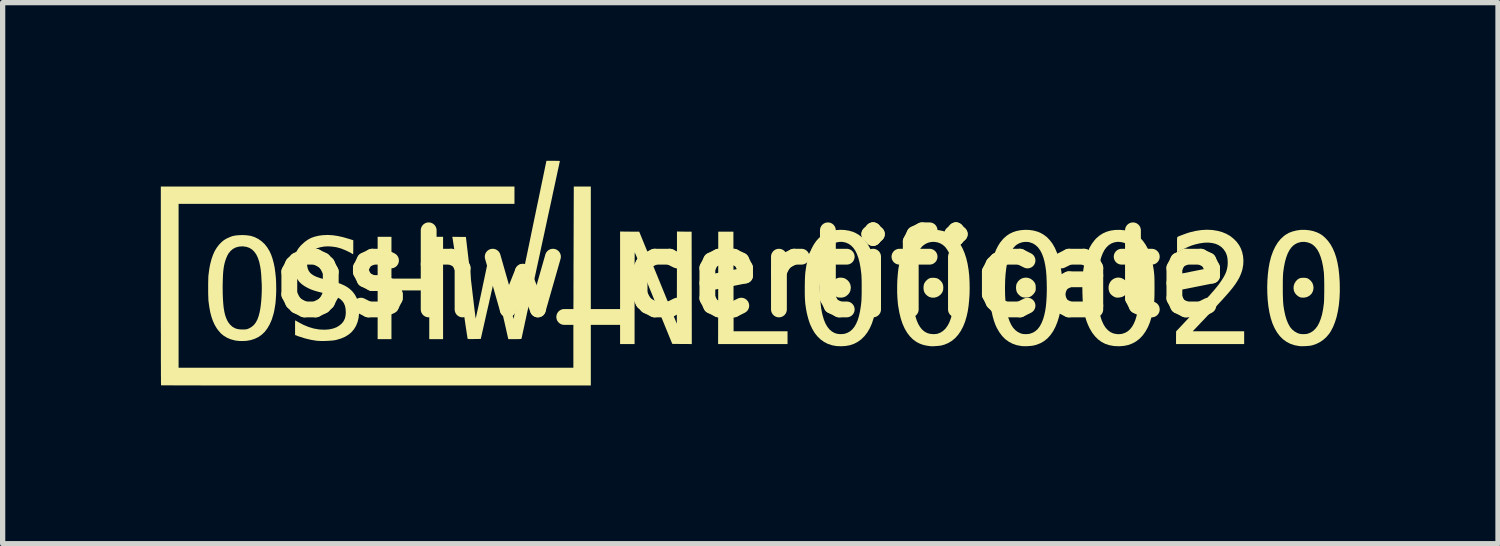
<source format=kicad_pcb>
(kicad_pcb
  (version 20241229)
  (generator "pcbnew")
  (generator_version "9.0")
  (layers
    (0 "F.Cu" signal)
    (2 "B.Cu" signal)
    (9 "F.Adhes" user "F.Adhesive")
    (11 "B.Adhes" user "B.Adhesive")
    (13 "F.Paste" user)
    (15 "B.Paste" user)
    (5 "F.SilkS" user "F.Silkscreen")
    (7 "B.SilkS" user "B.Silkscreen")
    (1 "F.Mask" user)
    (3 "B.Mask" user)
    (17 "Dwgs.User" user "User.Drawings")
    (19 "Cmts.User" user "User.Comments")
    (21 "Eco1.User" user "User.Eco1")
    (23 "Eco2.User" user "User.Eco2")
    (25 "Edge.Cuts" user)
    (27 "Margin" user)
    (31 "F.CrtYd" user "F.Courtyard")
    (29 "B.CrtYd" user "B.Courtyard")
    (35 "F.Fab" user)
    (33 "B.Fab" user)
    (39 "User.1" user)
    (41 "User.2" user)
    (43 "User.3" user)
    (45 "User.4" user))
  (footprint "oshw_certificate"
    (layer "F.Cu")
    (at 11.187 2.14)
    (property "Reference" "oshw_certificate" (at 0 0 0) (layer "F.SilkS") (effects (font (size 1.5 1.5) (thickness 0.3))))
    (attr board_only exclude_from_pos_files exclude_from_bom)
    (fp_poly (pts (xy -0.326 0.148) (xy -0.324 1.092) (xy 0.187 1.092) (xy 0.699 1.092) (xy 0.699 1.214) (xy 0.699 1.335) (xy 0.041 1.335) (xy -0.618 1.335) (xy -0.616 0.27) (xy -0.615 -0.796) (xy -0.471 -0.796) (xy -0.328 -0.796)) (stroke (width 0) (type solid)) (fill yes) (layer "F.SilkS"))
    (fp_poly (pts (xy -6.813 -0.303) (xy -6.813 0.094) (xy -6.455 0.094) (xy -6.096 0.094) (xy -6.096 -0.303) (xy -6.096 -0.699) (xy -5.965 -0.699) (xy -5.834 -0.699) (xy -5.834 0.271) (xy -5.834 1.242) (xy -5.965 1.242) (xy -6.096 1.242) (xy -6.096 0.78) (xy -6.096 0.318) (xy -6.455 0.318) (xy -6.813 0.318) (xy -6.813 0.78) (xy -6.813 1.242) (xy -6.944 1.242) (xy -7.075 1.242) (xy -7.075 0.271) (xy -7.075 -0.699) (xy -6.944 -0.699) (xy -6.813 -0.699)) (stroke (width 0) (type solid)) (fill yes) (layer "F.SilkS"))
    (fp_poly (pts (xy 7.026 0.082) (xy 7.067 0.1) (xy 7.102 0.125) (xy 7.133 0.16) (xy 7.153 0.201) (xy 7.163 0.247) (xy 7.161 0.297) (xy 7.161 0.299) (xy 7.154 0.331) (xy 7.141 0.359) (xy 7.121 0.386) (xy 7.114 0.394) (xy 7.081 0.423) (xy 7.043 0.442) (xy 6.998 0.452) (xy 6.979 0.454) (xy 6.951 0.454) (xy 6.931 0.453) (xy 6.914 0.448) (xy 6.897 0.441) (xy 6.855 0.415) (xy 6.823 0.384) (xy 6.801 0.346) (xy 6.789 0.303) (xy 6.787 0.253) (xy 6.795 0.208) (xy 6.812 0.169) (xy 6.836 0.135) (xy 6.867 0.108) (xy 6.903 0.088) (xy 6.942 0.076) (xy 6.984 0.074)) (stroke (width 0) (type solid)) (fill yes) (layer "F.SilkS"))
    (fp_poly (pts (xy 10.523 0.08) (xy 10.553 0.086) (xy 10.579 0.099) (xy 10.605 0.119) (xy 10.619 0.132) (xy 10.648 0.168) (xy 10.665 0.208) (xy 10.674 0.255) (xy 10.674 0.256) (xy 10.671 0.302) (xy 10.658 0.345) (xy 10.635 0.383) (xy 10.603 0.414) (xy 10.565 0.437) (xy 10.521 0.451) (xy 10.48 0.455) (xy 10.457 0.454) (xy 10.436 0.452) (xy 10.426 0.45) (xy 10.388 0.432) (xy 10.354 0.405) (xy 10.325 0.372) (xy 10.306 0.334) (xy 10.303 0.326) (xy 10.295 0.278) (xy 10.299 0.23) (xy 10.314 0.185) (xy 10.339 0.145) (xy 10.352 0.13) (xy 10.378 0.106) (xy 10.403 0.091) (xy 10.431 0.082) (xy 10.465 0.078) (xy 10.485 0.078)) (stroke (width 0) (type solid)) (fill yes) (layer "F.SilkS"))
    (fp_poly (pts (xy 3.505 0.081) (xy 3.54 0.09) (xy 3.57 0.107) (xy 3.6 0.133) (xy 3.626 0.163) (xy 3.642 0.195) (xy 3.651 0.231) (xy 3.653 0.265) (xy 3.65 0.308) (xy 3.639 0.343) (xy 3.62 0.375) (xy 3.596 0.402) (xy 3.56 0.429) (xy 3.519 0.447) (xy 3.474 0.456) (xy 3.43 0.454) (xy 3.388 0.442) (xy 3.385 0.441) (xy 3.348 0.418) (xy 3.316 0.387) (xy 3.293 0.352) (xy 3.292 0.349) (xy 3.283 0.32) (xy 3.278 0.285) (xy 3.278 0.248) (xy 3.283 0.213) (xy 3.292 0.185) (xy 3.293 0.182) (xy 3.32 0.142) (xy 3.354 0.11) (xy 3.38 0.093) (xy 3.398 0.085) (xy 3.416 0.081) (xy 3.438 0.078) (xy 3.463 0.078)) (stroke (width 0) (type solid)) (fill yes) (layer "F.SilkS"))
    (fp_poly (pts (xy 1.746 0.079) (xy 1.78 0.088) (xy 1.791 0.093) (xy 1.833 0.121) (xy 1.865 0.156) (xy 1.887 0.197) (xy 1.898 0.244) (xy 1.899 0.265) (xy 1.893 0.314) (xy 1.876 0.358) (xy 1.848 0.395) (xy 1.81 0.426) (xy 1.791 0.437) (xy 1.761 0.448) (xy 1.725 0.454) (xy 1.688 0.454) (xy 1.654 0.45) (xy 1.636 0.443) (xy 1.593 0.418) (xy 1.56 0.385) (xy 1.544 0.361) (xy 1.535 0.344) (xy 1.53 0.33) (xy 1.527 0.314) (xy 1.526 0.292) (xy 1.525 0.265) (xy 1.526 0.236) (xy 1.527 0.215) (xy 1.53 0.199) (xy 1.536 0.186) (xy 1.542 0.174) (xy 1.568 0.14) (xy 1.6 0.11) (xy 1.635 0.088) (xy 1.639 0.086) (xy 1.671 0.077) (xy 1.708 0.075)) (stroke (width 0) (type solid)) (fill yes) (layer "F.SilkS"))
    (fp_poly (pts (xy 5.267 0.081) (xy 5.308 0.097) (xy 5.346 0.124) (xy 5.352 0.13) (xy 5.377 0.158) (xy 5.393 0.185) (xy 5.403 0.215) (xy 5.406 0.251) (xy 5.406 0.265) (xy 5.406 0.293) (xy 5.404 0.314) (xy 5.4 0.33) (xy 5.393 0.346) (xy 5.388 0.355) (xy 5.36 0.392) (xy 5.324 0.424) (xy 5.297 0.44) (xy 5.274 0.448) (xy 5.244 0.452) (xy 5.21 0.454) (xy 5.178 0.452) (xy 5.151 0.446) (xy 5.149 0.446) (xy 5.119 0.429) (xy 5.089 0.405) (xy 5.063 0.375) (xy 5.047 0.348) (xy 5.037 0.313) (xy 5.032 0.274) (xy 5.034 0.233) (xy 5.041 0.198) (xy 5.046 0.187) (xy 5.07 0.147) (xy 5.102 0.115) (xy 5.139 0.092) (xy 5.18 0.079) (xy 5.224 0.075)) (stroke (width 0) (type solid)) (fill yes) (layer "F.SilkS"))
    (fp_poly (pts (xy -1.259 -0.797) (xy -1.12 -0.796) (xy -1.118 0.27) (xy -1.117 1.335) (xy -1.302 1.334) (xy -1.487 1.332) (xy -1.841 0.466) (xy -1.881 0.367) (xy -1.921 0.271) (xy -1.958 0.179) (xy -1.994 0.091) (xy -2.028 0.008) (xy -2.06 -0.069) (xy -2.089 -0.139) (xy -2.115 -0.203) (xy -2.138 -0.259) (xy -2.158 -0.307) (xy -2.174 -0.346) (xy -2.187 -0.376) (xy -2.195 -0.395) (xy -2.198 -0.403) (xy -2.199 -0.404) (xy -2.199 -0.398) (xy -2.2 -0.381) (xy -2.2 -0.352) (xy -2.2 -0.313) (xy -2.201 -0.265) (xy -2.201 -0.207) (xy -2.201 -0.141) (xy -2.202 -0.068) (xy -2.202 0.012) (xy -2.202 0.098) (xy -2.202 0.19) (xy -2.202 0.287) (xy -2.202 0.387) (xy -2.202 0.464) (xy -2.202 1.335) (xy -2.34 1.335) (xy -2.477 1.335) (xy -2.477 0.268) (xy -2.477 -0.799) (xy -2.295 -0.797) (xy -2.114 -0.796) (xy -1.757 0.077) (xy -1.401 0.949) (xy -1.399 0.075) (xy -1.398 -0.799)) (stroke (width 0) (type solid)) (fill yes) (layer "F.SilkS"))
    (fp_poly (pts (xy -4.48 -1.488) (xy -4.48 -1.323) (xy -7.665 -1.323) (xy -10.85 -1.323) (xy -10.85 0.231) (xy -10.85 1.784) (xy -7.107 1.784) (xy -3.363 1.784) (xy -3.363 1.315) (xy -3.363 1.26) (xy -3.363 1.193) (xy -3.363 1.115) (xy -3.363 1.028) (xy -3.362 0.932) (xy -3.362 0.828) (xy -3.362 0.718) (xy -3.362 0.601) (xy -3.361 0.479) (xy -3.361 0.353) (xy -3.361 0.224) (xy -3.36 0.092) (xy -3.36 -0.04) (xy -3.36 -0.174) (xy -3.359 -0.306) (xy -3.359 -0.404) (xy -3.355 -1.653) (xy -3.193 -1.653) (xy -3.032 -1.653) (xy -3.032 0.234) (xy -3.032 2.121) (xy -7.105 2.121) (xy -7.33 2.121) (xy -7.552 2.121) (xy -7.771 2.121) (xy -7.986 2.121) (xy -8.196 2.121) (xy -8.402 2.121) (xy -8.604 2.121) (xy -8.8 2.121) (xy -8.992 2.121) (xy -9.177 2.121) (xy -9.356 2.121) (xy -9.529 2.121) (xy -9.696 2.12) (xy -9.855 2.12) (xy -10.007 2.12) (xy -10.151 2.12) (xy -10.287 2.12) (xy -10.415 2.12) (xy -10.535 2.119) (xy -10.645 2.119) (xy -10.746 2.119) (xy -10.837 2.119) (xy -10.919 2.119) (xy -10.99 2.118) (xy -11.05 2.118) (xy -11.1 2.118) (xy -11.138 2.118) (xy -11.165 2.118) (xy -11.18 2.117) (xy -11.183 2.117) (xy -11.183 2.111) (xy -11.183 2.092) (xy -11.184 2.062) (xy -11.184 2.021) (xy -11.184 1.97) (xy -11.185 1.908) (xy -11.185 1.837) (xy -11.185 1.756) (xy -11.186 1.667) (xy -11.186 1.57) (xy -11.186 1.465) (xy -11.186 1.354) (xy -11.186 1.235) (xy -11.186 1.11) (xy -11.187 0.98) (xy -11.187 0.844) (xy -11.187 0.703) (xy -11.187 0.558) (xy -11.187 0.41) (xy -11.187 0.258) (xy -11.187 0.23) (xy -11.187 -1.653) (xy -7.833 -1.653) (xy -4.48 -1.653)) (stroke (width 0) (type solid)) (fill yes) (layer "F.SilkS"))
    (fp_poly (pts (xy 8.759 -0.828) (xy 8.858 -0.811) (xy 8.939 -0.789) (xy 9.018 -0.757) (xy 9.092 -0.715) (xy 9.157 -0.664) (xy 9.214 -0.607) (xy 9.262 -0.542) (xy 9.294 -0.483) (xy 9.321 -0.41) (xy 9.338 -0.332) (xy 9.345 -0.25) (xy 9.341 -0.167) (xy 9.327 -0.086) (xy 9.314 -0.041) (xy 9.292 0.019) (xy 9.265 0.079) (xy 9.231 0.138) (xy 9.191 0.2) (xy 9.142 0.266) (xy 9.1 0.318) (xy 9.072 0.351) (xy 9.036 0.393) (xy 8.992 0.442) (xy 8.942 0.498) (xy 8.885 0.559) (xy 8.824 0.626) (xy 8.757 0.698) (xy 8.686 0.774) (xy 8.612 0.853) (xy 8.534 0.934) (xy 8.493 0.978) (xy 8.384 1.092) (xy 8.871 1.092) (xy 9.359 1.092) (xy 9.359 1.214) (xy 9.359 1.335) (xy 8.713 1.335) (xy 8.067 1.335) (xy 8.067 1.215) (xy 8.068 1.095) (xy 8.209 0.945) (xy 8.304 0.844) (xy 8.391 0.751) (xy 8.47 0.666) (xy 8.542 0.588) (xy 8.606 0.518) (xy 8.663 0.455) (xy 8.714 0.399) (xy 8.758 0.348) (xy 8.797 0.304) (xy 8.83 0.264) (xy 8.857 0.23) (xy 8.878 0.203) (xy 8.926 0.135) (xy 8.965 0.074) (xy 8.996 0.017) (xy 9.019 -0.037) (xy 9.034 -0.091) (xy 9.044 -0.146) (xy 9.047 -0.203) (xy 9.047 -0.216) (xy 9.044 -0.277) (xy 9.035 -0.331) (xy 9.018 -0.38) (xy 9.005 -0.408) (xy 8.97 -0.461) (xy 8.928 -0.504) (xy 8.877 -0.539) (xy 8.819 -0.565) (xy 8.753 -0.581) (xy 8.681 -0.589) (xy 8.603 -0.587) (xy 8.518 -0.575) (xy 8.428 -0.554) (xy 8.37 -0.536) (xy 8.339 -0.525) (xy 8.301 -0.509) (xy 8.258 -0.49) (xy 8.214 -0.469) (xy 8.172 -0.448) (xy 8.135 -0.428) (xy 8.119 -0.419) (xy 8.086 -0.4) (xy 8.086 -0.546) (xy 8.086 -0.592) (xy 8.086 -0.628) (xy 8.087 -0.654) (xy 8.088 -0.672) (xy 8.089 -0.684) (xy 8.092 -0.692) (xy 8.095 -0.696) (xy 8.099 -0.699) (xy 8.099 -0.699) (xy 8.116 -0.707) (xy 8.142 -0.718) (xy 8.174 -0.73) (xy 8.21 -0.744) (xy 8.246 -0.757) (xy 8.28 -0.769) (xy 8.308 -0.778) (xy 8.32 -0.782) (xy 8.435 -0.81) (xy 8.546 -0.827) (xy 8.655 -0.833)) (stroke (width 0) (type solid)) (fill yes) (layer "F.SilkS"))
    (fp_poly (pts (xy 5.281 -0.829) (xy 5.361 -0.818) (xy 5.436 -0.798) (xy 5.489 -0.777) (xy 5.557 -0.739) (xy 5.62 -0.691) (xy 5.675 -0.633) (xy 5.725 -0.566) (xy 5.769 -0.489) (xy 5.807 -0.401) (xy 5.84 -0.303) (xy 5.866 -0.194) (xy 5.887 -0.074) (xy 5.894 -0.028) (xy 5.898 0.013) (xy 5.901 0.065) (xy 5.904 0.124) (xy 5.905 0.189) (xy 5.906 0.256) (xy 5.906 0.324) (xy 5.905 0.39) (xy 5.903 0.452) (xy 5.9 0.508) (xy 5.896 0.554) (xy 5.894 0.571) (xy 5.875 0.697) (xy 5.849 0.812) (xy 5.817 0.917) (xy 5.779 1.01) (xy 5.735 1.093) (xy 5.685 1.165) (xy 5.629 1.227) (xy 5.566 1.278) (xy 5.497 1.318) (xy 5.422 1.348) (xy 5.365 1.363) (xy 5.325 1.369) (xy 5.278 1.373) (xy 5.228 1.376) (xy 5.181 1.376) (xy 5.139 1.373) (xy 5.13 1.372) (xy 5.045 1.356) (xy 4.967 1.329) (xy 4.895 1.291) (xy 4.829 1.243) (xy 4.77 1.183) (xy 4.717 1.113) (xy 4.67 1.033) (xy 4.642 0.973) (xy 4.614 0.895) (xy 4.589 0.807) (xy 4.568 0.71) (xy 4.552 0.605) (xy 4.541 0.495) (xy 4.534 0.381) (xy 4.532 0.271) (xy 4.823 0.271) (xy 4.825 0.404) (xy 4.832 0.526) (xy 4.844 0.636) (xy 4.861 0.736) (xy 4.882 0.824) (xy 4.909 0.901) (xy 4.94 0.968) (xy 4.976 1.024) (xy 5.018 1.07) (xy 5.064 1.105) (xy 5.116 1.131) (xy 5.141 1.139) (xy 5.173 1.145) (xy 5.211 1.147) (xy 5.25 1.146) (xy 5.286 1.141) (xy 5.296 1.139) (xy 5.352 1.119) (xy 5.401 1.089) (xy 5.444 1.05) (xy 5.482 1) (xy 5.515 0.939) (xy 5.523 0.921) (xy 5.548 0.857) (xy 5.568 0.787) (xy 5.585 0.71) (xy 5.598 0.625) (xy 5.607 0.531) (xy 5.613 0.428) (xy 5.616 0.314) (xy 5.616 0.275) (xy 5.614 0.152) (xy 5.609 0.041) (xy 5.601 -0.059) (xy 5.588 -0.149) (xy 5.572 -0.23) (xy 5.552 -0.303) (xy 5.528 -0.368) (xy 5.5 -0.425) (xy 5.487 -0.446) (xy 5.448 -0.5) (xy 5.402 -0.542) (xy 5.351 -0.574) (xy 5.293 -0.594) (xy 5.267 -0.6) (xy 5.21 -0.603) (xy 5.152 -0.596) (xy 5.097 -0.578) (xy 5.047 -0.551) (xy 5.024 -0.533) (xy 4.983 -0.49) (xy 4.946 -0.435) (xy 4.914 -0.369) (xy 4.887 -0.292) (xy 4.864 -0.204) (xy 4.847 -0.105) (xy 4.834 0.005) (xy 4.826 0.126) (xy 4.823 0.257) (xy 4.823 0.271) (xy 4.532 0.271) (xy 4.532 0.263) (xy 4.535 0.145) (xy 4.536 0.136) (xy 4.543 0.028) (xy 4.553 -0.069) (xy 4.566 -0.158) (xy 4.583 -0.24) (xy 4.604 -0.317) (xy 4.618 -0.362) (xy 4.651 -0.447) (xy 4.688 -0.521) (xy 4.729 -0.587) (xy 4.777 -0.646) (xy 4.801 -0.672) (xy 4.856 -0.72) (xy 4.913 -0.758) (xy 4.975 -0.787) (xy 5.037 -0.808) (xy 5.116 -0.824) (xy 5.199 -0.831)) (stroke (width 0) (type solid)) (fill yes) (layer "F.SilkS"))
    (fp_poly (pts (xy 3.568 -0.825) (xy 3.645 -0.809) (xy 3.717 -0.785) (xy 3.729 -0.78) (xy 3.798 -0.742) (xy 3.861 -0.693) (xy 3.919 -0.634) (xy 3.971 -0.564) (xy 4.016 -0.484) (xy 4.055 -0.394) (xy 4.088 -0.294) (xy 4.114 -0.185) (xy 4.133 -0.069) (xy 4.145 0.041) (xy 4.151 0.155) (xy 4.153 0.272) (xy 4.151 0.389) (xy 4.143 0.504) (xy 4.132 0.614) (xy 4.116 0.718) (xy 4.096 0.808) (xy 4.066 0.91) (xy 4.029 1.003) (xy 3.985 1.086) (xy 3.935 1.159) (xy 3.879 1.221) (xy 3.816 1.274) (xy 3.748 1.315) (xy 3.674 1.346) (xy 3.613 1.363) (xy 3.587 1.367) (xy 3.553 1.37) (xy 3.517 1.373) (xy 3.479 1.376) (xy 3.445 1.377) (xy 3.418 1.376) (xy 3.404 1.375) (xy 3.343 1.366) (xy 3.293 1.356) (xy 3.249 1.343) (xy 3.209 1.328) (xy 3.172 1.31) (xy 3.14 1.292) (xy 3.076 1.245) (xy 3.018 1.187) (xy 2.966 1.119) (xy 2.92 1.04) (xy 2.88 0.951) (xy 2.847 0.852) (xy 2.82 0.742) (xy 2.799 0.623) (xy 2.792 0.571) (xy 2.783 0.468) (xy 2.778 0.358) (xy 2.778 0.244) (xy 2.778 0.224) (xy 3.071 0.224) (xy 3.071 0.284) (xy 3.072 0.345) (xy 3.073 0.406) (xy 3.075 0.463) (xy 3.077 0.515) (xy 3.08 0.56) (xy 3.083 0.596) (xy 3.084 0.608) (xy 3.101 0.712) (xy 3.123 0.804) (xy 3.148 0.885) (xy 3.178 0.955) (xy 3.213 1.013) (xy 3.252 1.061) (xy 3.296 1.098) (xy 3.345 1.125) (xy 3.399 1.141) (xy 3.459 1.147) (xy 3.463 1.147) (xy 3.491 1.146) (xy 3.52 1.144) (xy 3.541 1.14) (xy 3.597 1.119) (xy 3.647 1.087) (xy 3.692 1.045) (xy 3.731 0.992) (xy 3.766 0.928) (xy 3.793 0.857) (xy 3.81 0.8) (xy 3.825 0.74) (xy 3.836 0.674) (xy 3.845 0.603) (xy 3.852 0.524) (xy 3.857 0.435) (xy 3.86 0.337) (xy 3.861 0.199) (xy 3.856 0.072) (xy 3.847 -0.043) (xy 3.833 -0.148) (xy 3.814 -0.241) (xy 3.79 -0.323) (xy 3.761 -0.395) (xy 3.727 -0.455) (xy 3.689 -0.506) (xy 3.645 -0.545) (xy 3.597 -0.574) (xy 3.541 -0.594) (xy 3.483 -0.603) (xy 3.425 -0.601) (xy 3.368 -0.588) (xy 3.315 -0.564) (xy 3.267 -0.53) (xy 3.246 -0.51) (xy 3.21 -0.464) (xy 3.178 -0.411) (xy 3.151 -0.348) (xy 3.127 -0.277) (xy 3.107 -0.195) (xy 3.091 -0.102) (xy 3.079 0.002) (xy 3.075 0.037) (xy 3.073 0.071) (xy 3.072 0.115) (xy 3.071 0.167) (xy 3.071 0.224) (xy 2.778 0.224) (xy 2.781 0.13) (xy 2.789 0.019) (xy 2.8 -0.084) (xy 2.802 -0.096) (xy 2.823 -0.215) (xy 2.851 -0.324) (xy 2.886 -0.423) (xy 2.928 -0.511) (xy 2.976 -0.589) (xy 3.031 -0.657) (xy 3.092 -0.714) (xy 3.123 -0.736) (xy 3.185 -0.772) (xy 3.254 -0.799) (xy 3.33 -0.818) (xy 3.408 -0.829) (xy 3.488 -0.831)) (stroke (width 0) (type solid)) (fill yes) (layer "F.SilkS"))
    (fp_poly (pts (xy 1.783 -0.828) (xy 1.863 -0.815) (xy 1.938 -0.794) (xy 1.982 -0.775) (xy 2.051 -0.736) (xy 2.114 -0.686) (xy 2.171 -0.625) (xy 2.222 -0.554) (xy 2.267 -0.472) (xy 2.305 -0.381) (xy 2.337 -0.28) (xy 2.363 -0.169) (xy 2.381 -0.05) (xy 2.383 -0.031) (xy 2.391 0.059) (xy 2.396 0.157) (xy 2.398 0.258) (xy 2.396 0.361) (xy 2.391 0.462) (xy 2.383 0.56) (xy 2.372 0.651) (xy 2.359 0.732) (xy 2.358 0.737) (xy 2.331 0.847) (xy 2.298 0.947) (xy 2.258 1.037) (xy 2.211 1.116) (xy 2.158 1.185) (xy 2.098 1.244) (xy 2.033 1.292) (xy 1.961 1.33) (xy 1.883 1.357) (xy 1.799 1.372) (xy 1.709 1.377) (xy 1.625 1.373) (xy 1.542 1.358) (xy 1.464 1.332) (xy 1.392 1.295) (xy 1.326 1.248) (xy 1.266 1.19) (xy 1.212 1.122) (xy 1.166 1.044) (xy 1.126 0.957) (xy 1.108 0.906) (xy 1.091 0.851) (xy 1.077 0.798) (xy 1.064 0.744) (xy 1.053 0.687) (xy 1.043 0.622) (xy 1.034 0.555) (xy 1.032 0.523) (xy 1.029 0.48) (xy 1.027 0.429) (xy 1.026 0.372) (xy 1.026 0.311) (xy 1.026 0.258) (xy 1.312 0.258) (xy 1.314 0.362) (xy 1.318 0.465) (xy 1.326 0.563) (xy 1.337 0.656) (xy 1.352 0.739) (xy 1.363 0.787) (xy 1.388 0.872) (xy 1.418 0.945) (xy 1.454 1.007) (xy 1.494 1.057) (xy 1.54 1.097) (xy 1.591 1.125) (xy 1.629 1.138) (xy 1.671 1.145) (xy 1.717 1.147) (xy 1.762 1.143) (xy 1.786 1.139) (xy 1.839 1.12) (xy 1.887 1.092) (xy 1.929 1.055) (xy 1.967 1.008) (xy 2 0.951) (xy 2.029 0.884) (xy 2.053 0.806) (xy 2.073 0.717) (xy 2.089 0.617) (xy 2.097 0.549) (xy 2.1 0.515) (xy 2.102 0.471) (xy 2.104 0.418) (xy 2.105 0.361) (xy 2.105 0.3) (xy 2.105 0.237) (xy 2.105 0.176) (xy 2.104 0.119) (xy 2.102 0.067) (xy 2.1 0.024) (xy 2.097 -0.006) (xy 2.083 -0.115) (xy 2.065 -0.212) (xy 2.042 -0.298) (xy 2.015 -0.373) (xy 1.983 -0.437) (xy 1.946 -0.491) (xy 1.904 -0.533) (xy 1.857 -0.566) (xy 1.805 -0.589) (xy 1.748 -0.601) (xy 1.733 -0.603) (xy 1.691 -0.603) (xy 1.644 -0.596) (xy 1.599 -0.583) (xy 1.568 -0.57) (xy 1.52 -0.537) (xy 1.476 -0.494) (xy 1.438 -0.439) (xy 1.405 -0.373) (xy 1.377 -0.296) (xy 1.357 -0.218) (xy 1.341 -0.137) (xy 1.329 -0.046) (xy 1.32 0.051) (xy 1.315 0.153) (xy 1.312 0.258) (xy 1.026 0.258) (xy 1.026 0.248) (xy 1.027 0.185) (xy 1.028 0.125) (xy 1.03 0.07) (xy 1.033 0.021) (xy 1.036 -0.019) (xy 1.038 -0.037) (xy 1.057 -0.162) (xy 1.083 -0.275) (xy 1.114 -0.378) (xy 1.152 -0.469) (xy 1.195 -0.55) (xy 1.244 -0.621) (xy 1.299 -0.681) (xy 1.361 -0.731) (xy 1.429 -0.771) (xy 1.503 -0.801) (xy 1.539 -0.811) (xy 1.619 -0.826) (xy 1.701 -0.832)) (stroke (width 0) (type solid)) (fill yes) (layer "F.SilkS"))
    (fp_poly (pts (xy 10.59 -0.824) (xy 10.667 -0.808) (xy 10.74 -0.783) (xy 10.807 -0.749) (xy 10.815 -0.744) (xy 10.859 -0.712) (xy 10.903 -0.672) (xy 10.942 -0.629) (xy 10.951 -0.619) (xy 10.999 -0.552) (xy 11.04 -0.477) (xy 11.076 -0.394) (xy 11.106 -0.303) (xy 11.13 -0.203) (xy 11.149 -0.094) (xy 11.162 0.026) (xy 11.171 0.156) (xy 11.172 0.205) (xy 11.173 0.342) (xy 11.167 0.473) (xy 11.155 0.597) (xy 11.136 0.714) (xy 11.112 0.822) (xy 11.081 0.921) (xy 11.045 1.011) (xy 11.003 1.091) (xy 10.974 1.136) (xy 10.922 1.198) (xy 10.863 1.252) (xy 10.797 1.298) (xy 10.726 1.333) (xy 10.652 1.358) (xy 10.632 1.363) (xy 10.592 1.369) (xy 10.546 1.373) (xy 10.496 1.375) (xy 10.449 1.376) (xy 10.407 1.374) (xy 10.395 1.372) (xy 10.31 1.356) (xy 10.232 1.329) (xy 10.16 1.291) (xy 10.094 1.243) (xy 10.035 1.184) (xy 9.982 1.114) (xy 9.936 1.034) (xy 9.896 0.944) (xy 9.863 0.843) (xy 9.837 0.732) (xy 9.818 0.618) (xy 9.805 0.498) (xy 9.798 0.375) (xy 9.796 0.25) (xy 9.797 0.223) (xy 10.092 0.223) (xy 10.092 0.287) (xy 10.092 0.351) (xy 10.093 0.413) (xy 10.095 0.47) (xy 10.097 0.521) (xy 10.1 0.565) (xy 10.103 0.598) (xy 10.103 0.601) (xy 10.119 0.701) (xy 10.138 0.789) (xy 10.161 0.867) (xy 10.188 0.935) (xy 10.219 0.994) (xy 10.235 1.019) (xy 10.271 1.06) (xy 10.315 1.096) (xy 10.364 1.124) (xy 10.405 1.139) (xy 10.438 1.145) (xy 10.476 1.147) (xy 10.516 1.146) (xy 10.551 1.142) (xy 10.56 1.14) (xy 10.615 1.119) (xy 10.665 1.088) (xy 10.709 1.046) (xy 10.749 0.994) (xy 10.783 0.93) (xy 10.812 0.856) (xy 10.837 0.771) (xy 10.856 0.674) (xy 10.87 0.571) (xy 10.873 0.539) (xy 10.875 0.498) (xy 10.876 0.448) (xy 10.877 0.391) (xy 10.878 0.331) (xy 10.878 0.269) (xy 10.878 0.207) (xy 10.877 0.147) (xy 10.876 0.091) (xy 10.874 0.042) (xy 10.872 0.001) (xy 10.87 -0.028) (xy 10.855 -0.136) (xy 10.835 -0.232) (xy 10.81 -0.317) (xy 10.781 -0.391) (xy 10.747 -0.454) (xy 10.708 -0.505) (xy 10.665 -0.545) (xy 10.623 -0.571) (xy 10.563 -0.593) (xy 10.503 -0.603) (xy 10.442 -0.601) (xy 10.383 -0.586) (xy 10.347 -0.571) (xy 10.299 -0.541) (xy 10.256 -0.499) (xy 10.218 -0.446) (xy 10.184 -0.381) (xy 10.156 -0.306) (xy 10.132 -0.219) (xy 10.113 -0.122) (xy 10.1 -0.028) (xy 10.097 0.006) (xy 10.095 0.051) (xy 10.093 0.103) (xy 10.092 0.161) (xy 10.092 0.223) (xy 9.797 0.223) (xy 9.8 0.126) (xy 9.809 0.006) (xy 9.823 -0.108) (xy 9.842 -0.213) (xy 9.843 -0.218) (xy 9.871 -0.325) (xy 9.906 -0.422) (xy 9.947 -0.509) (xy 9.994 -0.587) (xy 10.048 -0.654) (xy 10.108 -0.71) (xy 10.142 -0.736) (xy 10.205 -0.773) (xy 10.276 -0.8) (xy 10.352 -0.819) (xy 10.43 -0.83) (xy 10.511 -0.831)) (stroke (width 0) (type solid)) (fill yes) (layer "F.SilkS"))
    (fp_poly (pts (xy 7.093 -0.822) (xy 7.175 -0.802) (xy 7.251 -0.772) (xy 7.318 -0.734) (xy 7.382 -0.683) (xy 7.44 -0.621) (xy 7.491 -0.548) (xy 7.536 -0.465) (xy 7.574 -0.372) (xy 7.605 -0.269) (xy 7.63 -0.155) (xy 7.63 -0.15) (xy 7.638 -0.108) (xy 7.644 -0.069) (xy 7.648 -0.033) (xy 7.652 0.003) (xy 7.655 0.041) (xy 7.657 0.082) (xy 7.658 0.129) (xy 7.658 0.184) (xy 7.659 0.248) (xy 7.659 0.275) (xy 7.658 0.348) (xy 7.658 0.41) (xy 7.656 0.465) (xy 7.654 0.512) (xy 7.651 0.555) (xy 7.646 0.596) (xy 7.641 0.636) (xy 7.634 0.677) (xy 7.627 0.714) (xy 7.601 0.827) (xy 7.569 0.93) (xy 7.53 1.022) (xy 7.484 1.103) (xy 7.432 1.175) (xy 7.374 1.235) (xy 7.309 1.285) (xy 7.238 1.324) (xy 7.161 1.353) (xy 7.078 1.37) (xy 6.989 1.377) (xy 6.894 1.373) (xy 6.886 1.372) (xy 6.803 1.357) (xy 6.726 1.332) (xy 6.655 1.295) (xy 6.59 1.248) (xy 6.531 1.189) (xy 6.477 1.12) (xy 6.43 1.04) (xy 6.42 1.02) (xy 6.395 0.965) (xy 6.373 0.91) (xy 6.355 0.854) (xy 6.339 0.793) (xy 6.325 0.727) (xy 6.313 0.652) (xy 6.304 0.593) (xy 6.3 0.559) (xy 6.297 0.515) (xy 6.295 0.464) (xy 6.293 0.407) (xy 6.291 0.346) (xy 6.291 0.307) (xy 6.577 0.307) (xy 6.58 0.416) (xy 6.587 0.521) (xy 6.597 0.619) (xy 6.612 0.71) (xy 6.629 0.793) (xy 6.65 0.866) (xy 6.663 0.899) (xy 6.695 0.969) (xy 6.733 1.027) (xy 6.776 1.073) (xy 6.824 1.109) (xy 6.877 1.133) (xy 6.936 1.145) (xy 6.973 1.148) (xy 7.002 1.146) (xy 7.032 1.143) (xy 7.052 1.139) (xy 7.105 1.12) (xy 7.153 1.092) (xy 7.195 1.054) (xy 7.233 1.006) (xy 7.266 0.948) (xy 7.295 0.88) (xy 7.319 0.8) (xy 7.339 0.709) (xy 7.353 0.624) (xy 7.362 0.545) (xy 7.369 0.459) (xy 7.372 0.368) (xy 7.373 0.275) (xy 7.371 0.18) (xy 7.367 0.087) (xy 7.36 -0.003) (xy 7.351 -0.087) (xy 7.34 -0.164) (xy 7.326 -0.231) (xy 7.322 -0.247) (xy 7.296 -0.331) (xy 7.265 -0.404) (xy 7.23 -0.465) (xy 7.19 -0.515) (xy 7.146 -0.553) (xy 7.128 -0.565) (xy 7.09 -0.582) (xy 7.045 -0.595) (xy 6.997 -0.602) (xy 6.954 -0.603) (xy 6.952 -0.603) (xy 6.893 -0.593) (xy 6.839 -0.572) (xy 6.791 -0.541) (xy 6.748 -0.5) (xy 6.709 -0.448) (xy 6.676 -0.385) (xy 6.648 -0.311) (xy 6.624 -0.227) (xy 6.605 -0.131) (xy 6.591 -0.023) (xy 6.583 0.081) (xy 6.578 0.195) (xy 6.577 0.307) (xy 6.291 0.307) (xy 6.29 0.284) (xy 6.29 0.224) (xy 6.29 0.166) (xy 6.292 0.115) (xy 6.294 0.072) (xy 6.295 0.053) (xy 6.309 -0.076) (xy 6.329 -0.194) (xy 6.354 -0.301) (xy 6.386 -0.399) (xy 6.424 -0.486) (xy 6.468 -0.563) (xy 6.519 -0.631) (xy 6.551 -0.667) (xy 6.612 -0.72) (xy 6.678 -0.763) (xy 6.75 -0.795) (xy 6.827 -0.817) (xy 6.913 -0.829) (xy 6.914 -0.829) (xy 7.006 -0.831)) (stroke (width 0) (type solid)) (fill yes) (layer "F.SilkS"))
    (fp_poly (pts (xy -7.931 -0.729) (xy -7.834 -0.715) (xy -7.731 -0.692) (xy -7.62 -0.66) (xy -7.62 -0.66) (xy -7.537 -0.634) (xy -7.537 -0.501) (xy -7.537 -0.462) (xy -7.538 -0.427) (xy -7.538 -0.399) (xy -7.539 -0.379) (xy -7.54 -0.369) (xy -7.54 -0.368) (xy -7.547 -0.371) (xy -7.56 -0.379) (xy -7.573 -0.387) (xy -7.609 -0.407) (xy -7.652 -0.428) (xy -7.698 -0.449) (xy -7.744 -0.467) (xy -7.778 -0.48) (xy -7.856 -0.501) (xy -7.936 -0.513) (xy -8.015 -0.518) (xy -8.091 -0.514) (xy -8.162 -0.501) (xy -8.227 -0.481) (xy -8.254 -0.468) (xy -8.305 -0.436) (xy -8.347 -0.396) (xy -8.379 -0.348) (xy -8.401 -0.295) (xy -8.413 -0.236) (xy -8.414 -0.174) (xy -8.412 -0.153) (xy -8.404 -0.111) (xy -8.392 -0.074) (xy -8.374 -0.041) (xy -8.351 -0.012) (xy -8.32 0.014) (xy -8.282 0.038) (xy -8.235 0.06) (xy -8.178 0.08) (xy -8.111 0.1) (xy -8.032 0.12) (xy -8.008 0.125) (xy -7.917 0.148) (xy -7.837 0.171) (xy -7.767 0.197) (xy -7.706 0.224) (xy -7.653 0.254) (xy -7.606 0.288) (xy -7.565 0.326) (xy -7.551 0.34) (xy -7.508 0.396) (xy -7.473 0.461) (xy -7.448 0.532) (xy -7.432 0.61) (xy -7.426 0.694) (xy -7.427 0.748) (xy -7.436 0.836) (xy -7.455 0.916) (xy -7.484 0.988) (xy -7.522 1.052) (xy -7.569 1.108) (xy -7.626 1.156) (xy -7.693 1.197) (xy -7.77 1.23) (xy -7.857 1.256) (xy -7.88 1.261) (xy -7.912 1.266) (xy -7.952 1.27) (xy -8 1.273) (xy -8.05 1.276) (xy -8.102 1.277) (xy -8.151 1.277) (xy -8.194 1.275) (xy -8.229 1.273) (xy -8.23 1.273) (xy -8.338 1.255) (xy -8.448 1.229) (xy -8.556 1.195) (xy -8.58 1.187) (xy -8.641 1.164) (xy -8.641 1.025) (xy -8.641 0.985) (xy -8.641 0.949) (xy -8.64 0.92) (xy -8.64 0.899) (xy -8.639 0.887) (xy -8.639 0.886) (xy -8.633 0.889) (xy -8.618 0.897) (xy -8.598 0.908) (xy -8.587 0.915) (xy -8.486 0.969) (xy -8.385 1.011) (xy -8.285 1.041) (xy -8.185 1.058) (xy -8.161 1.06) (xy -8.075 1.063) (xy -7.996 1.057) (xy -7.924 1.042) (xy -7.86 1.019) (xy -7.805 0.987) (xy -7.758 0.948) (xy -7.754 0.944) (xy -7.722 0.903) (xy -7.699 0.858) (xy -7.685 0.807) (xy -7.679 0.749) (xy -7.679 0.73) (xy -7.683 0.665) (xy -7.695 0.608) (xy -7.716 0.559) (xy -7.746 0.517) (xy -7.786 0.481) (xy -7.834 0.451) (xy -7.856 0.44) (xy -7.878 0.43) (xy -7.902 0.421) (xy -7.929 0.412) (xy -7.961 0.403) (xy -8 0.393) (xy -8.048 0.381) (xy -8.09 0.371) (xy -8.156 0.355) (xy -8.212 0.341) (xy -8.259 0.327) (xy -8.3 0.314) (xy -8.337 0.3) (xy -8.371 0.285) (xy -8.395 0.274) (xy -8.461 0.237) (xy -8.516 0.198) (xy -8.562 0.154) (xy -8.598 0.105) (xy -8.62 0.066) (xy -8.635 0.033) (xy -8.646 0.003) (xy -8.654 -0.027) (xy -8.659 -0.059) (xy -8.662 -0.096) (xy -8.663 -0.142) (xy -8.663 -0.168) (xy -8.662 -0.209) (xy -8.662 -0.24) (xy -8.66 -0.264) (xy -8.658 -0.284) (xy -8.654 -0.303) (xy -8.648 -0.323) (xy -8.645 -0.334) (xy -8.625 -0.391) (xy -8.603 -0.439) (xy -8.574 -0.483) (xy -8.538 -0.527) (xy -8.513 -0.552) (xy -8.457 -0.603) (xy -8.399 -0.644) (xy -8.338 -0.677) (xy -8.27 -0.701) (xy -8.196 -0.719) (xy -8.112 -0.73) (xy -8.11 -0.73) (xy -8.023 -0.734)) (stroke (width 0) (type solid)) (fill yes) (layer "F.SilkS"))
    (fp_poly (pts (xy -9.568 -0.729) (xy -9.508 -0.721) (xy -9.474 -0.715) (xy -9.403 -0.691) (xy -9.335 -0.656) (xy -9.272 -0.611) (xy -9.215 -0.557) (xy -9.166 -0.494) (xy -9.124 -0.424) (xy -9.122 -0.42) (xy -9.092 -0.353) (xy -9.067 -0.28) (xy -9.046 -0.201) (xy -9.028 -0.114) (xy -9.015 -0.017) (xy -9.006 0.068) (xy -9.001 0.148) (xy -8.999 0.232) (xy -8.998 0.318) (xy -9.001 0.403) (xy -9.006 0.484) (xy -9.012 0.558) (xy -9.022 0.624) (xy -9.022 0.625) (xy -9.029 0.665) (xy -9.034 0.695) (xy -9.039 0.719) (xy -9.044 0.74) (xy -9.049 0.76) (xy -9.053 0.775) (xy -9.083 0.872) (xy -9.121 0.959) (xy -9.165 1.036) (xy -9.215 1.102) (xy -9.272 1.157) (xy -9.336 1.202) (xy -9.407 1.236) (xy -9.485 1.261) (xy -9.569 1.275) (xy -9.655 1.278) (xy -9.705 1.276) (xy -9.754 1.271) (xy -9.783 1.266) (xy -9.861 1.245) (xy -9.93 1.216) (xy -9.992 1.179) (xy -10.048 1.133) (xy -10.098 1.075) (xy -10.129 1.033) (xy -10.166 0.97) (xy -10.198 0.9) (xy -10.226 0.821) (xy -10.249 0.733) (xy -10.267 0.636) (xy -10.282 0.527) (xy -10.283 0.518) (xy -10.285 0.49) (xy -10.286 0.453) (xy -10.288 0.408) (xy -10.289 0.358) (xy -10.289 0.305) (xy -10.289 0.265) (xy -10.014 0.265) (xy -10.013 0.377) (xy -10.009 0.477) (xy -10.003 0.567) (xy -9.995 0.647) (xy -9.983 0.717) (xy -9.969 0.78) (xy -9.951 0.834) (xy -9.93 0.882) (xy -9.906 0.925) (xy -9.877 0.962) (xy -9.869 0.971) (xy -9.832 1.005) (xy -9.79 1.031) (xy -9.743 1.048) (xy -9.688 1.057) (xy -9.627 1.059) (xy -9.595 1.058) (xy -9.572 1.056) (xy -9.554 1.053) (xy -9.537 1.047) (xy -9.517 1.039) (xy -9.507 1.034) (xy -9.461 1.007) (xy -9.42 0.971) (xy -9.386 0.926) (xy -9.356 0.871) (xy -9.332 0.805) (xy -9.313 0.732) (xy -9.302 0.675) (xy -9.292 0.608) (xy -9.284 0.534) (xy -9.278 0.456) (xy -9.274 0.377) (xy -9.272 0.3) (xy -9.272 0.281) (xy -9.272 0.248) (xy -9.273 0.207) (xy -9.275 0.162) (xy -9.278 0.115) (xy -9.28 0.067) (xy -9.283 0.022) (xy -9.286 -0.018) (xy -9.29 -0.052) (xy -9.292 -0.076) (xy -9.293 -0.081) (xy -9.296 -0.095) (xy -9.299 -0.117) (xy -9.303 -0.14) (xy -9.321 -0.225) (xy -9.346 -0.299) (xy -9.376 -0.363) (xy -9.413 -0.415) (xy -9.456 -0.457) (xy -9.505 -0.488) (xy -9.561 -0.508) (xy -9.623 -0.517) (xy -9.646 -0.518) (xy -9.71 -0.512) (xy -9.768 -0.496) (xy -9.819 -0.469) (xy -9.864 -0.431) (xy -9.903 -0.383) (xy -9.927 -0.34) (xy -9.946 -0.295) (xy -9.963 -0.249) (xy -9.977 -0.199) (xy -9.989 -0.146) (xy -9.998 -0.087) (xy -10.005 -0.021) (xy -10.009 0.053) (xy -10.012 0.136) (xy -10.014 0.23) (xy -10.014 0.265) (xy -10.289 0.265) (xy -10.289 0.25) (xy -10.289 0.196) (xy -10.288 0.146) (xy -10.287 0.1) (xy -10.286 0.062) (xy -10.284 0.034) (xy -10.283 0.025) (xy -10.276 -0.026) (xy -10.271 -0.066) (xy -10.266 -0.099) (xy -10.261 -0.127) (xy -10.256 -0.153) (xy -10.251 -0.178) (xy -10.248 -0.19) (xy -10.224 -0.281) (xy -10.196 -0.36) (xy -10.164 -0.431) (xy -10.126 -0.493) (xy -10.083 -0.549) (xy -10.042 -0.592) (xy -10.012 -0.619) (xy -9.983 -0.64) (xy -9.952 -0.659) (xy -9.926 -0.672) (xy -9.895 -0.686) (xy -9.862 -0.7) (xy -9.833 -0.71) (xy -9.817 -0.715) (xy -9.762 -0.725) (xy -9.699 -0.73) (xy -9.633 -0.732)) (stroke (width 0) (type solid)) (fill yes) (layer "F.SilkS"))
    (fp_poly (pts (xy -3.708 -2.14) (xy -3.674 -2.139) (xy -3.647 -2.139) (xy -3.628 -2.138) (xy -3.619 -2.137) (xy -3.619 -2.137) (xy -3.62 -2.13) (xy -3.624 -2.112) (xy -3.63 -2.083) (xy -3.638 -2.044) (xy -3.649 -1.995) (xy -3.662 -1.937) (xy -3.676 -1.87) (xy -3.692 -1.795) (xy -3.71 -1.712) (xy -3.729 -1.623) (xy -3.75 -1.528) (xy -3.771 -1.427) (xy -3.794 -1.321) (xy -3.818 -1.211) (xy -3.843 -1.097) (xy -3.868 -0.98) (xy -3.894 -0.86) (xy -3.92 -0.738) (xy -3.947 -0.615) (xy -3.974 -0.491) (xy -4 -0.367) (xy -4.027 -0.243) (xy -4.054 -0.12) (xy -4.08 0.001) (xy -4.106 0.12) (xy -4.131 0.236) (xy -4.155 0.348) (xy -4.179 0.457) (xy -4.201 0.561) (xy -4.222 0.66) (xy -4.243 0.753) (xy -4.261 0.839) (xy -4.279 0.919) (xy -4.294 0.991) (xy -4.308 1.054) (xy -4.32 1.109) (xy -4.33 1.155) (xy -4.337 1.19) (xy -4.343 1.215) (xy -4.346 1.228) (xy -4.346 1.231) (xy -4.348 1.234) (xy -4.353 1.237) (xy -4.362 1.239) (xy -4.377 1.24) (xy -4.4 1.241) (xy -4.432 1.242) (xy -4.473 1.242) (xy -4.597 1.242) (xy -4.603 1.215) (xy -4.609 1.189) (xy -4.617 1.153) (xy -4.627 1.11) (xy -4.638 1.059) (xy -4.651 1.002) (xy -4.665 0.94) (xy -4.68 0.875) (xy -4.696 0.806) (xy -4.712 0.735) (xy -4.729 0.663) (xy -4.745 0.592) (xy -4.761 0.521) (xy -4.777 0.453) (xy -4.792 0.388) (xy -4.807 0.327) (xy -4.82 0.271) (xy -4.831 0.221) (xy -4.841 0.179) (xy -4.849 0.145) (xy -4.855 0.121) (xy -4.859 0.106) (xy -4.86 0.103) (xy -4.861 0.11) (xy -4.866 0.127) (xy -4.872 0.155) (xy -4.881 0.193) (xy -4.892 0.24) (xy -4.904 0.294) (xy -4.919 0.355) (xy -4.934 0.423) (xy -4.951 0.496) (xy -4.968 0.574) (xy -4.987 0.655) (xy -4.991 0.672) (xy -5.119 1.238) (xy -5.243 1.24) (xy -5.287 1.241) (xy -5.32 1.24) (xy -5.344 1.24) (xy -5.359 1.238) (xy -5.367 1.236) (xy -5.369 1.234) (xy -5.37 1.227) (xy -5.373 1.208) (xy -5.377 1.179) (xy -5.384 1.139) (xy -5.391 1.089) (xy -5.4 1.031) (xy -5.41 0.964) (xy -5.421 0.889) (xy -5.433 0.808) (xy -5.446 0.72) (xy -5.46 0.627) (xy -5.475 0.528) (xy -5.49 0.426) (xy -5.506 0.32) (xy -5.512 0.278) (xy -5.528 0.17) (xy -5.544 0.066) (xy -5.558 -0.034) (xy -5.573 -0.13) (xy -5.586 -0.22) (xy -5.599 -0.305) (xy -5.61 -0.382) (xy -5.621 -0.453) (xy -5.63 -0.515) (xy -5.638 -0.569) (xy -5.645 -0.613) (xy -5.65 -0.648) (xy -5.654 -0.671) (xy -5.656 -0.683) (xy -5.656 -0.685) (xy -5.659 -0.699) (xy -5.53 -0.697) (xy -5.401 -0.696) (xy -5.31 0.076) (xy -5.298 0.173) (xy -5.287 0.266) (xy -5.277 0.355) (xy -5.267 0.439) (xy -5.257 0.518) (xy -5.249 0.59) (xy -5.241 0.655) (xy -5.234 0.711) (xy -5.228 0.76) (xy -5.223 0.798) (xy -5.219 0.827) (xy -5.217 0.845) (xy -5.216 0.851) (xy -5.214 0.845) (xy -5.21 0.828) (xy -5.204 0.801) (xy -5.196 0.765) (xy -5.186 0.719) (xy -5.174 0.667) (xy -5.161 0.607) (xy -5.147 0.542) (xy -5.132 0.471) (xy -5.116 0.397) (xy -5.11 0.369) (xy -5.094 0.293) (xy -5.079 0.219) (xy -5.064 0.15) (xy -5.05 0.085) (xy -5.038 0.027) (xy -5.027 -0.024) (xy -5.018 -0.068) (xy -5.011 -0.102) (xy -5.005 -0.127) (xy -5.003 -0.14) (xy -5.002 -0.142) (xy -4.997 -0.168) (xy -4.86 -0.168) (xy -4.815 -0.168) (xy -4.782 -0.168) (xy -4.757 -0.167) (xy -4.74 -0.166) (xy -4.73 -0.165) (xy -4.724 -0.162) (xy -4.721 -0.159) (xy -4.721 -0.158) (xy -4.719 -0.15) (xy -4.715 -0.131) (xy -4.709 -0.102) (xy -4.7 -0.063) (xy -4.69 -0.016) (xy -4.678 0.039) (xy -4.665 0.101) (xy -4.651 0.168) (xy -4.636 0.24) (xy -4.619 0.316) (xy -4.61 0.361) (xy -4.588 0.461) (xy -4.569 0.55) (xy -4.553 0.627) (xy -4.538 0.692) (xy -4.526 0.746) (xy -4.516 0.788) (xy -4.508 0.82) (xy -4.503 0.842) (xy -4.499 0.853) (xy -4.497 0.854) (xy -4.496 0.846) (xy -4.492 0.827) (xy -4.485 0.797) (xy -4.477 0.756) (xy -4.466 0.705) (xy -4.453 0.645) (xy -4.439 0.576) (xy -4.422 0.498) (xy -4.404 0.412) (xy -4.385 0.319) (xy -4.364 0.219) (xy -4.342 0.112) (xy -4.319 0.000195) (xy -4.294 -0.117) (xy -4.269 -0.239) (xy -4.242 -0.366) (xy -4.215 -0.496) (xy -4.189 -0.621) (xy -4.162 -0.754) (xy -4.135 -0.884) (xy -4.109 -1.01) (xy -4.083 -1.133) (xy -4.059 -1.251) (xy -4.035 -1.363) (xy -4.013 -1.47) (xy -3.992 -1.57) (xy -3.973 -1.664) (xy -3.955 -1.75) (xy -3.938 -1.829) (xy -3.924 -1.899) (xy -3.911 -1.96) (xy -3.901 -2.011) (xy -3.892 -2.053) (xy -3.886 -2.083) (xy -3.881 -2.103) (xy -3.88 -2.11) (xy -3.874 -2.14) (xy -3.746 -2.14)) (stroke (width 0) (type solid)) (fill yes) (layer "F.SilkS")))
  (gr_rect
    (start -3 -3)
    (end 25.36 7.261)
    (stroke (width 0.1) (type default))
    (fill no)
    (layer "Edge.Cuts")))
</source>
